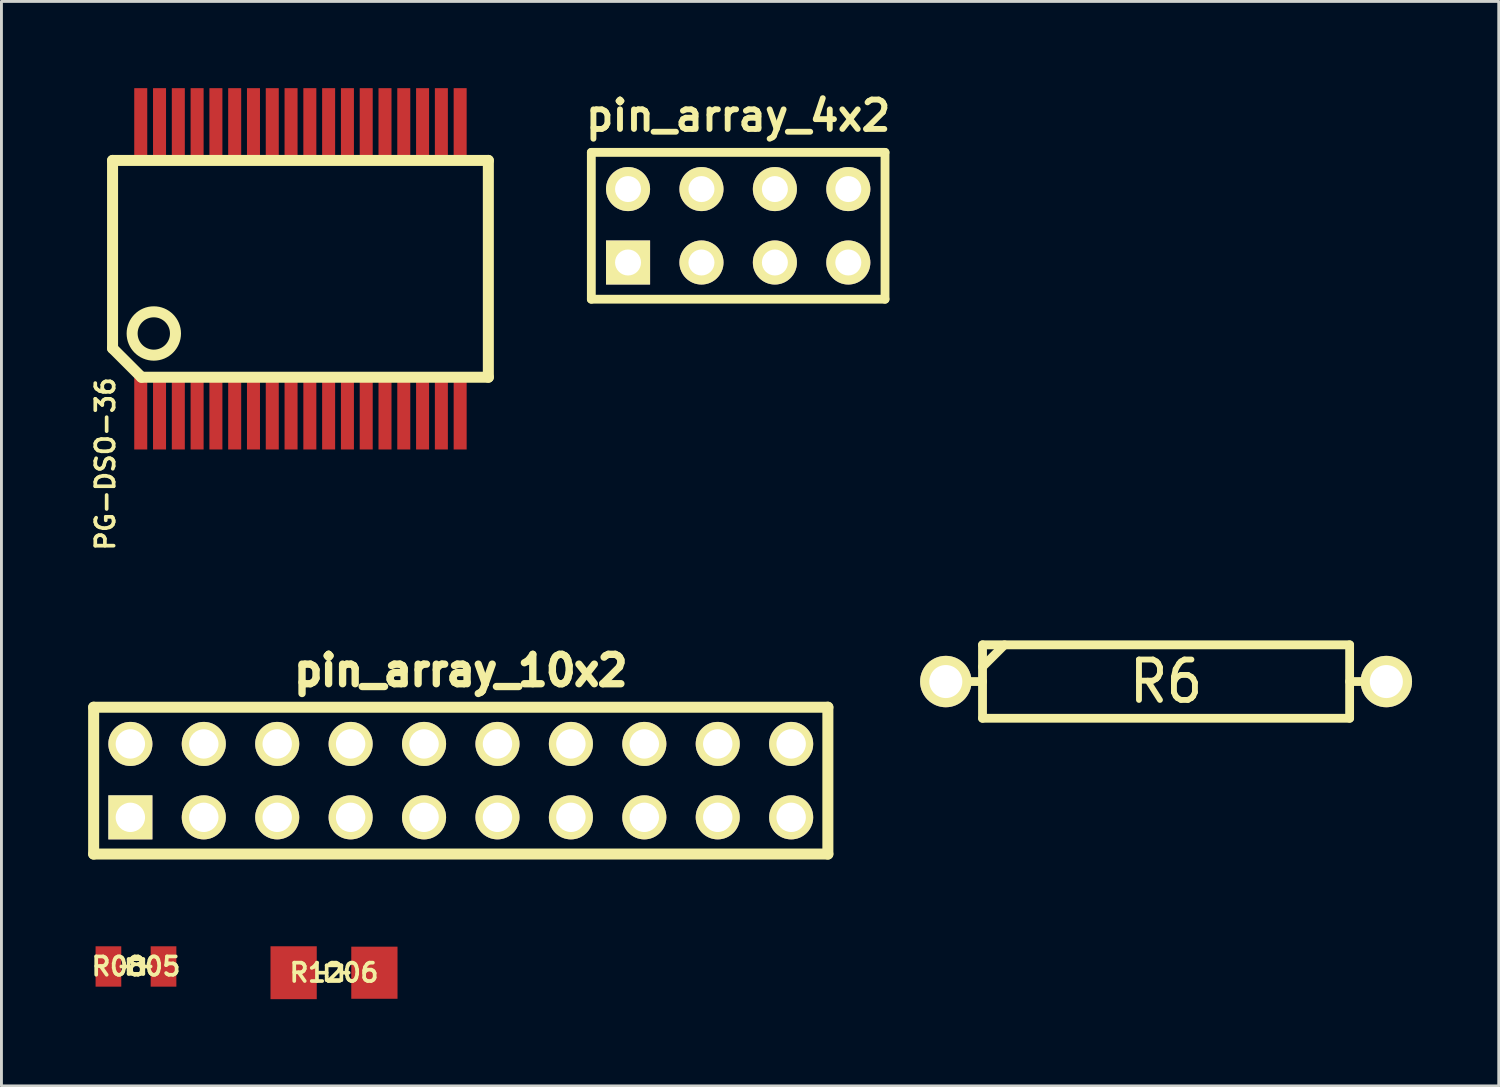
<source format=kicad_pcb>
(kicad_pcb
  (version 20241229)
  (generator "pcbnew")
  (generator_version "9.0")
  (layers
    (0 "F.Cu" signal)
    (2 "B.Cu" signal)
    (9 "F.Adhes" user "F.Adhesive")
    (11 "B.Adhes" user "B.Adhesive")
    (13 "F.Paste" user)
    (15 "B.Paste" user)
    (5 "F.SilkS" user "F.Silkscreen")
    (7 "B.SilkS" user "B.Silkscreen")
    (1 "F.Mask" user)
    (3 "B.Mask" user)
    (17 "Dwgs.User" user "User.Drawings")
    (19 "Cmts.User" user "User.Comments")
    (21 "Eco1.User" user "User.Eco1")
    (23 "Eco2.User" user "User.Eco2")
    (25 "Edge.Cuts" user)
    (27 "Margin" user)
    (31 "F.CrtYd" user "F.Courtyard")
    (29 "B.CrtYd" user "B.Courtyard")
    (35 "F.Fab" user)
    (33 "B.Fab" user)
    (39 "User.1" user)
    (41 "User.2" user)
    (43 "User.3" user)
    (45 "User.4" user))
  (footprint "R1206"
    (layer "F.Cu")
    (at 8.505 30.601)
    (property "Reference" "R1206" (at 0 0 0) (layer "F.SilkS") (effects (font (size 0.635 0.635) (thickness 0.127))))
    (attr smd)
    (fp_line (start -0.508 0) (end -0.254 0) (stroke (width 0.127) (type solid)) (layer "F.SilkS"))
    (fp_line (start -0.254 -0.254) (end -0.254 0.127) (stroke (width 0.127) (type solid)) (layer "F.SilkS"))
    (fp_line (start -0.254 0.127) (end -0.254 0.254) (stroke (width 0.127) (type solid)) (layer "F.SilkS"))
    (fp_line (start -0.254 0.254) (end 0.254 0.254) (stroke (width 0.127) (type solid)) (layer "F.SilkS"))
    (fp_line (start 0.254 -0.254) (end -0.254 -0.254) (stroke (width 0.127) (type solid)) (layer "F.SilkS"))
    (fp_line (start 0.254 0) (end 0.508 0) (stroke (width 0.127) (type solid)) (layer "F.SilkS"))
    (fp_line (start 0.254 0.254) (end 0.254 -0.254) (stroke (width 0.127) (type solid)) (layer "F.SilkS"))
    (pad "1" smd rect (at -1.397 0) (size 1.6 1.83) (layers "F.Cu" "F.Mask" "F.Paste"))
    (pad "2" smd rect (at 1.397 0) (size 1.6 1.803) (layers "F.Cu" "F.Mask" "F.Paste")))
  (footprint "R6"
    (layer "F.Cu")
    (at 37.29 20.528)
    (property "Reference" "R6" (at 0 0 0) (layer "F.SilkS") (effects (font (size 1.397 1.27) (thickness 0.203))))
    (attr through_hole)
    (fp_line (start -7.62 0) (end -6.35 0) (stroke (width 0.305) (type solid)) (layer "F.SilkS"))
    (fp_line (start -6.35 -1.27) (end -6.35 1.27) (stroke (width 0.305) (type solid)) (layer "F.SilkS"))
    (fp_line (start -6.35 -1.27) (end 6.35 -1.27) (stroke (width 0.305) (type solid)) (layer "F.SilkS"))
    (fp_line (start -6.35 -0.508) (end -5.588 -1.27) (stroke (width 0.305) (type solid)) (layer "F.SilkS"))
    (fp_line (start 6.35 -1.27) (end 6.35 1.27) (stroke (width 0.305) (type solid)) (layer "F.SilkS"))
    (fp_line (start 6.35 0) (end 7.62 0) (stroke (width 0.305) (type solid)) (layer "F.SilkS"))
    (fp_line (start 6.35 1.27) (end -6.35 1.27) (stroke (width 0.305) (type solid)) (layer "F.SilkS"))
    (pad "1" thru_hole circle (at -7.62 0) (size 1.778 1.778) (drill 1.143) (layers "*.Cu" "*.Mask" "F.SilkS"))
    (pad "2" thru_hole circle (at 7.62 0) (size 1.778 1.778) (drill 1.143) (layers "*.Cu" "*.Mask" "F.SilkS")))
  (footprint "pin_array_4x2"
    (layer "F.Cu")
    (at 22.487 4.761)
    (property "Reference" "pin_array_4x2" (at 0 -3.81 0) (layer "F.SilkS") (effects (font (size 1.016 1.016) (thickness 0.203))))
    (attr through_hole)
    (fp_line (start -5.08 -2.54) (end 5.08 -2.54) (stroke (width 0.305) (type solid)) (layer "F.SilkS"))
    (fp_line (start -5.08 2.54) (end -5.08 -2.54) (stroke (width 0.305) (type solid)) (layer "F.SilkS"))
    (fp_line (start 5.08 -2.54) (end 5.08 2.54) (stroke (width 0.305) (type solid)) (layer "F.SilkS"))
    (fp_line (start 5.08 2.54) (end -5.08 2.54) (stroke (width 0.305) (type solid)) (layer "F.SilkS"))
    (pad "1" thru_hole rect (at -3.81 1.27) (size 1.524 1.524) (drill 0.899) (layers "*.Cu" "*.Mask" "F.SilkS"))
    (pad "2" thru_hole circle (at -3.81 -1.27) (size 1.524 1.524) (drill 0.899) (layers "*.Cu" "*.Mask" "F.SilkS"))
    (pad "3" thru_hole circle (at -1.27 1.27) (size 1.524 1.524) (drill 0.899) (layers "*.Cu" "*.Mask" "F.SilkS"))
    (pad "4" thru_hole circle (at -1.27 -1.27) (size 1.524 1.524) (drill 0.899) (layers "*.Cu" "*.Mask" "F.SilkS"))
    (pad "5" thru_hole circle (at 1.27 1.27) (size 1.524 1.524) (drill 0.899) (layers "*.Cu" "*.Mask" "F.SilkS"))
    (pad "6" thru_hole circle (at 1.27 -1.27) (size 1.524 1.524) (drill 0.899) (layers "*.Cu" "*.Mask" "F.SilkS"))
    (pad "7" thru_hole circle (at 3.81 1.27) (size 1.524 1.524) (drill 0.899) (layers "*.Cu" "*.Mask" "F.SilkS"))
    (pad "8" thru_hole circle (at 3.81 -1.27) (size 1.524 1.524) (drill 0.899) (layers "*.Cu" "*.Mask" "F.SilkS")))
  (footprint "R0805"
    (layer "F.Cu")
    (at 1.654 30.385)
    (property "Reference" "R0805" (at 0 0 0) (layer "F.SilkS") (effects (font (size 0.635 0.635) (thickness 0.127))))
    (attr smd)
    (fp_line (start -0.508 0) (end -0.254 0) (stroke (width 0.127) (type solid)) (layer "F.SilkS"))
    (fp_line (start -0.254 -0.254) (end -0.254 0.127) (stroke (width 0.127) (type solid)) (layer "F.SilkS"))
    (fp_line (start -0.254 0.127) (end -0.254 0.254) (stroke (width 0.127) (type solid)) (layer "F.SilkS"))
    (fp_line (start -0.254 0.254) (end 0.254 0.254) (stroke (width 0.127) (type solid)) (layer "F.SilkS"))
    (fp_line (start 0.254 -0.254) (end -0.254 -0.254) (stroke (width 0.127) (type solid)) (layer "F.SilkS"))
    (fp_line (start 0.254 0) (end 0.508 0) (stroke (width 0.127) (type solid)) (layer "F.SilkS"))
    (fp_line (start 0.254 0.254) (end 0.254 -0.254) (stroke (width 0.127) (type solid)) (layer "F.SilkS"))
    (pad "1" smd rect (at -0.953 0) (size 0.889 1.397) (layers "F.Cu" "F.Mask" "F.Paste"))
    (pad "2" smd rect (at 0.953 0) (size 0.889 1.397) (layers "F.Cu" "F.Mask" "F.Paste")))
  (footprint "PG-DSO-36"
    (layer "F.Cu")
    (at 7.344 6.25)
    (property "Reference" "PG-DSO-36" (at -6.75 6.75 90) (layer "F.SilkS") (effects (font (size 0.635 0.635) (thickness 0.127))))
    (attr through_hole)
    (fp_line (start -6.5 -3.75) (end -6.5 2.75) (stroke (width 0.381) (type solid)) (layer "F.SilkS"))
    (fp_line (start -6.5 2.75) (end -5.5 3.75) (stroke (width 0.381) (type solid)) (layer "F.SilkS"))
    (fp_line (start -5.5 3.75) (end 6.5 3.75) (stroke (width 0.381) (type solid)) (layer "F.SilkS"))
    (fp_line (start 6.5 -3.75) (end -6.5 -3.75) (stroke (width 0.381) (type solid)) (layer "F.SilkS"))
    (fp_line (start 6.5 3.75) (end 6.5 -3.75) (stroke (width 0.381) (type solid)) (layer "F.SilkS"))
    (fp_circle (center -5.073 2.237) (end -5.073 1.487) (stroke (width 0.381) (type solid)) (fill no) (layer "F.SilkS"))
    (pad "1" smd rect (at -5.525 5) (size 0.45 2.5) (layers "F.Cu" "F.Mask" "F.Paste"))
    (pad "2" smd rect (at -4.875 5) (size 0.45 2.5) (layers "F.Cu" "F.Mask" "F.Paste"))
    (pad "3" smd rect (at -4.225 5) (size 0.45 2.5) (layers "F.Cu" "F.Mask" "F.Paste"))
    (pad "4" smd rect (at -3.575 5) (size 0.45 2.5) (layers "F.Cu" "F.Mask" "F.Paste"))
    (pad "5" smd rect (at -2.925 5) (size 0.45 2.5) (layers "F.Cu" "F.Mask" "F.Paste"))
    (pad "6" smd rect (at -2.275 5) (size 0.45 2.5) (layers "F.Cu" "F.Mask" "F.Paste"))
    (pad "7" smd rect (at -1.625 5) (size 0.45 2.5) (layers "F.Cu" "F.Mask" "F.Paste"))
    (pad "8" smd rect (at -0.975 5) (size 0.45 2.5) (layers "F.Cu" "F.Mask" "F.Paste"))
    (pad "9" smd rect (at -0.325 5) (size 0.45 2.5) (layers "F.Cu" "F.Mask" "F.Paste"))
    (pad "10" smd rect (at 0.325 5) (size 0.45 2.5) (layers "F.Cu" "F.Mask" "F.Paste"))
    (pad "11" smd rect (at 0.975 5) (size 0.45 2.5) (layers "F.Cu" "F.Mask" "F.Paste"))
    (pad "12" smd rect (at 1.625 5) (size 0.45 2.5) (layers "F.Cu" "F.Mask" "F.Paste"))
    (pad "13" smd rect (at 2.275 5) (size 0.45 2.5) (layers "F.Cu" "F.Mask" "F.Paste"))
    (pad "14" smd rect (at 2.925 5) (size 0.45 2.5) (layers "F.Cu" "F.Mask" "F.Paste"))
    (pad "15" smd rect (at 3.575 5) (size 0.45 2.5) (layers "F.Cu" "F.Mask" "F.Paste"))
    (pad "16" smd rect (at 4.225 5) (size 0.45 2.5) (layers "F.Cu" "F.Mask" "F.Paste"))
    (pad "17" smd rect (at 4.875 5) (size 0.45 2.5) (layers "F.Cu" "F.Mask" "F.Paste"))
    (pad "18" smd rect (at 5.525 5) (size 0.45 2.5) (layers "F.Cu" "F.Mask" "F.Paste"))
    (pad "19" smd rect (at 5.525 -5) (size 0.45 2.5) (layers "F.Cu" "F.Mask" "F.Paste"))
    (pad "20" smd rect (at 4.875 -5) (size 0.45 2.5) (layers "F.Cu" "F.Mask" "F.Paste"))
    (pad "21" smd rect (at 4.225 -5) (size 0.45 2.5) (layers "F.Cu" "F.Mask" "F.Paste"))
    (pad "22" smd rect (at 3.575 -5) (size 0.45 2.5) (layers "F.Cu" "F.Mask" "F.Paste"))
    (pad "23" smd rect (at 2.925 -5) (size 0.45 2.5) (layers "F.Cu" "F.Mask" "F.Paste"))
    (pad "24" smd rect (at 2.275 -5) (size 0.45 2.5) (layers "F.Cu" "F.Mask" "F.Paste"))
    (pad "25" smd rect (at 1.625 -5) (size 0.45 2.5) (layers "F.Cu" "F.Mask" "F.Paste"))
    (pad "26" smd rect (at 0.975 -5) (size 0.45 2.5) (layers "F.Cu" "F.Mask" "F.Paste"))
    (pad "27" smd rect (at 0.325 -5) (size 0.45 2.5) (layers "F.Cu" "F.Mask" "F.Paste"))
    (pad "28" smd rect (at -0.325 -5) (size 0.45 2.5) (layers "F.Cu" "F.Mask" "F.Paste"))
    (pad "29" smd rect (at -0.975 -5) (size 0.45 2.5) (layers "F.Cu" "F.Mask" "F.Paste"))
    (pad "30" smd rect (at -1.625 -5) (size 0.45 2.5) (layers "F.Cu" "F.Mask" "F.Paste"))
    (pad "31" smd rect (at -2.275 -5) (size 0.45 2.5) (layers "F.Cu" "F.Mask" "F.Paste"))
    (pad "32" smd rect (at -2.925 -5) (size 0.45 2.5) (layers "F.Cu" "F.Mask" "F.Paste"))
    (pad "33" smd rect (at -3.575 -5) (size 0.45 2.5) (layers "F.Cu" "F.Mask" "F.Paste"))
    (pad "34" smd rect (at -4.225 -5) (size 0.45 2.5) (layers "F.Cu" "F.Mask" "F.Paste"))
    (pad "35" smd rect (at -4.875 -5) (size 0.45 2.5) (layers "F.Cu" "F.Mask" "F.Paste"))
    (pad "36" smd rect (at -5.525 -5) (size 0.45 2.5) (layers "F.Cu" "F.Mask" "F.Paste")))
  (footprint "pin_array_10x2"
    (layer "F.Cu")
    (at 12.89 23.956)
    (property "Reference" "pin_array_10x2" (at 0 -3.81 0) (layer "F.SilkS") (effects (font (size 1.016 1.016) (thickness 0.254))))
    (attr through_hole)
    (fp_line (start -12.7 -2.54) (end -12.7 2.54) (stroke (width 0.381) (type solid)) (layer "F.SilkS"))
    (fp_line (start -12.7 2.54) (end 12.7 2.54) (stroke (width 0.381) (type solid)) (layer "F.SilkS"))
    (fp_line (start 12.7 -2.54) (end -12.7 -2.54) (stroke (width 0.381) (type solid)) (layer "F.SilkS"))
    (fp_line (start 12.7 2.54) (end 12.7 -2.54) (stroke (width 0.381) (type solid)) (layer "F.SilkS"))
    (pad "1" thru_hole rect (at -11.43 1.27) (size 1.524 1.524) (drill 1.016) (layers "*.Cu" "*.Mask" "F.SilkS"))
    (pad "2" thru_hole circle (at -11.43 -1.27) (size 1.524 1.524) (drill 1.016) (layers "*.Cu" "*.Mask" "F.SilkS"))
    (pad "3" thru_hole circle (at -8.89 1.27) (size 1.524 1.524) (drill 1.016) (layers "*.Cu" "*.Mask" "F.SilkS"))
    (pad "4" thru_hole circle (at -8.89 -1.27) (size 1.524 1.524) (drill 1.016) (layers "*.Cu" "*.Mask" "F.SilkS"))
    (pad "5" thru_hole circle (at -6.35 1.27) (size 1.524 1.524) (drill 1.016) (layers "*.Cu" "*.Mask" "F.SilkS"))
    (pad "6" thru_hole circle (at -6.35 -1.27) (size 1.524 1.524) (drill 1.016) (layers "*.Cu" "*.Mask" "F.SilkS"))
    (pad "7" thru_hole circle (at -3.81 1.27) (size 1.524 1.524) (drill 1.016) (layers "*.Cu" "*.Mask" "F.SilkS"))
    (pad "8" thru_hole circle (at -3.81 -1.27) (size 1.524 1.524) (drill 1.016) (layers "*.Cu" "*.Mask" "F.SilkS"))
    (pad "9" thru_hole circle (at -1.27 1.27) (size 1.524 1.524) (drill 1.016) (layers "*.Cu" "*.Mask" "F.SilkS"))
    (pad "10" thru_hole circle (at -1.27 -1.27) (size 1.524 1.524) (drill 1.016) (layers "*.Cu" "*.Mask" "F.SilkS"))
    (pad "11" thru_hole circle (at 1.27 1.27) (size 1.524 1.524) (drill 1.016) (layers "*.Cu" "*.Mask" "F.SilkS"))
    (pad "12" thru_hole circle (at 1.27 -1.27) (size 1.524 1.524) (drill 1.016) (layers "*.Cu" "*.Mask" "F.SilkS"))
    (pad "13" thru_hole circle (at 3.81 1.27) (size 1.524 1.524) (drill 1.016) (layers "*.Cu" "*.Mask" "F.SilkS"))
    (pad "14" thru_hole circle (at 3.81 -1.27) (size 1.524 1.524) (drill 1.016) (layers "*.Cu" "*.Mask" "F.SilkS"))
    (pad "15" thru_hole circle (at 6.35 1.27) (size 1.524 1.524) (drill 1.016) (layers "*.Cu" "*.Mask" "F.SilkS"))
    (pad "16" thru_hole circle (at 6.35 -1.27) (size 1.524 1.524) (drill 1.016) (layers "*.Cu" "*.Mask" "F.SilkS"))
    (pad "17" thru_hole circle (at 8.89 1.27) (size 1.524 1.524) (drill 1.016) (layers "*.Cu" "*.Mask" "F.SilkS"))
    (pad "18" thru_hole circle (at 8.89 -1.27) (size 1.524 1.524) (drill 1.016) (layers "*.Cu" "*.Mask" "F.SilkS"))
    (pad "19" thru_hole circle (at 11.43 1.27) (size 1.524 1.524) (drill 1.016) (layers "*.Cu" "*.Mask" "F.SilkS"))
    (pad "20" thru_hole circle (at 11.43 -1.27) (size 1.524 1.524) (drill 1.016) (layers "*.Cu" "*.Mask" "F.SilkS")))
  (gr_rect
    (start -3 -3)
    (end 48.799 34.516)
    (stroke (width 0.1) (type default))
    (fill no)
    (layer "Edge.Cuts")))
</source>
